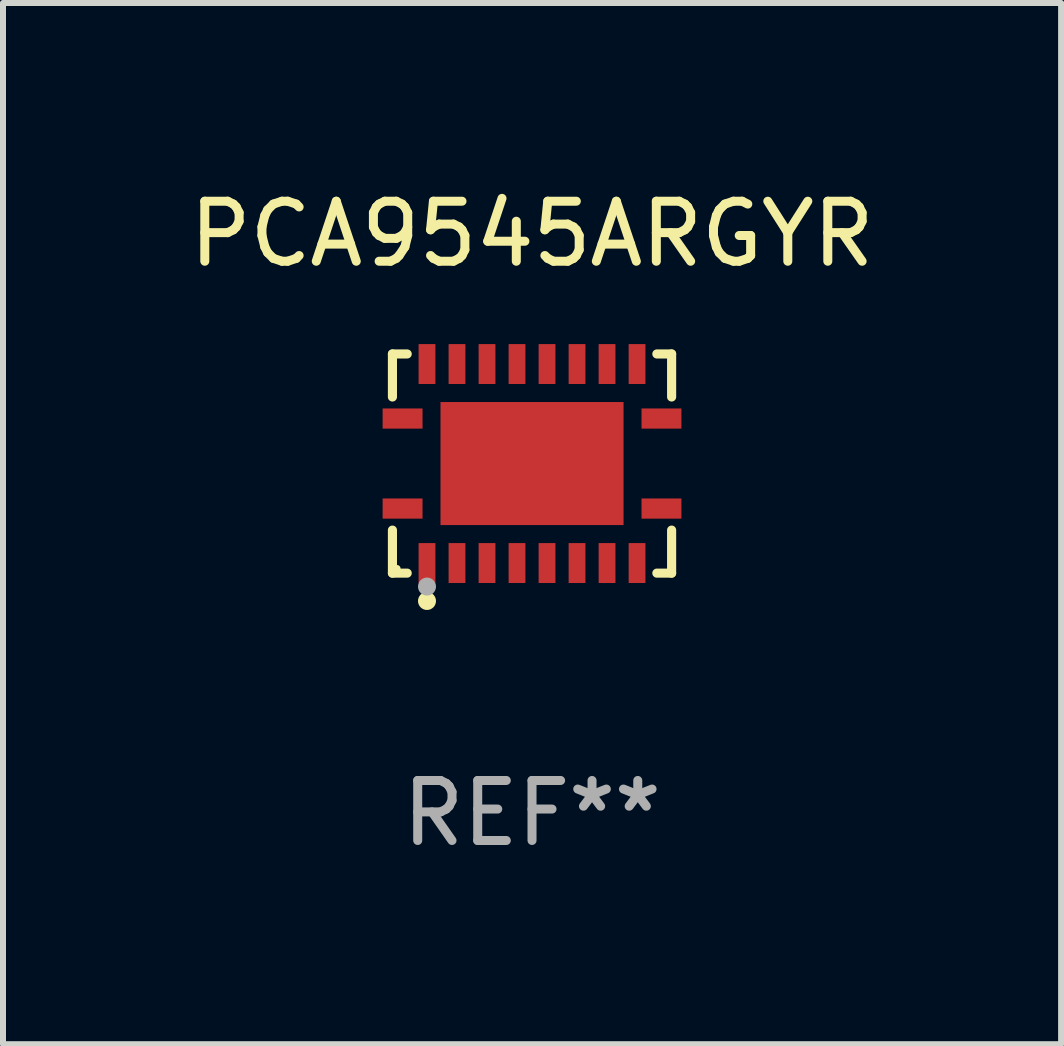
<source format=kicad_pcb>
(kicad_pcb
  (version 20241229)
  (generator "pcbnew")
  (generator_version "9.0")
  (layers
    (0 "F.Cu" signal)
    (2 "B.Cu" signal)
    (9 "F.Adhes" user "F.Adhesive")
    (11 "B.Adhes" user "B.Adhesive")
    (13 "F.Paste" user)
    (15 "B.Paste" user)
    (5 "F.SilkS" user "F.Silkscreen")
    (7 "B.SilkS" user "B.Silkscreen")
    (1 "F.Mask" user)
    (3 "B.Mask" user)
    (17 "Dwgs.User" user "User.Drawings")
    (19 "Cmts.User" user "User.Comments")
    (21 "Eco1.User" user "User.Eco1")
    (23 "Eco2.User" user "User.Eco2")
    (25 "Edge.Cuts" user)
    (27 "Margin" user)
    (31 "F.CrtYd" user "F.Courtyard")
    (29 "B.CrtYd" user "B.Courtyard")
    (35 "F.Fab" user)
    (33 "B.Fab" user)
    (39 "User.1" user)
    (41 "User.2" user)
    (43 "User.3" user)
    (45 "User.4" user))
  (footprint "PCA9545ARGYR"
    (layer "F.Cu")
    (at 5.815 4.674)
    (property "Reference" "PCA9545ARGYR" (at 0 -3.826 0) (layer "F.SilkS") (effects (font (size 1 1) (thickness 0.15))))
    (attr through_hole)
    (fp_line (start -2.326 -1.826) (end -2.08 -1.826) (stroke (width 0.152) (type solid)) (layer "F.SilkS"))
    (fp_line (start -2.326 -1.109) (end -2.326 -1.826) (stroke (width 0.152) (type solid)) (layer "F.SilkS"))
    (fp_line (start -2.326 1.109) (end -2.326 1.826) (stroke (width 0.152) (type solid)) (layer "F.SilkS"))
    (fp_line (start -2.326 1.826) (end -2.08 1.826) (stroke (width 0.152) (type solid)) (layer "F.SilkS"))
    (fp_line (start 2.326 -1.826) (end 2.08 -1.826) (stroke (width 0.152) (type solid)) (layer "F.SilkS"))
    (fp_line (start 2.326 -1.109) (end 2.326 -1.826) (stroke (width 0.152) (type solid)) (layer "F.SilkS"))
    (fp_line (start 2.326 1.109) (end 2.326 1.826) (stroke (width 0.152) (type solid)) (layer "F.SilkS"))
    (fp_line (start 2.326 1.826) (end 2.08 1.826) (stroke (width 0.152) (type solid)) (layer "F.SilkS"))
    (fp_circle (center -2.25 1.75) (end -2.22 1.75) (stroke (width 0.06) (type solid)) (fill no) (layer "F.SilkS"))
    (fp_circle (center -1.75 2.29) (end -1.675 2.29) (stroke (width 0.15) (type solid)) (fill no) (layer "F.SilkS"))
    (fp_circle (center -1.75 2.05) (end -1.675 2.05) (stroke (width 0.15) (type solid)) (fill no) (layer "F.Fab"))
    (fp_text user "REF**" (at 0 5.826 0) (layer "F.Fab") (effects (font (size 1 1) (thickness 0.15))))
    (pad "1" smd rect (at -1.75 1.658) (size 0.28 0.665) (layers "F.Cu" "F.Mask" "F.Paste"))
    (pad "2" smd rect (at -1.25 1.658) (size 0.28 0.665) (layers "F.Cu" "F.Mask" "F.Paste"))
    (pad "3" smd rect (at -0.75 1.658) (size 0.28 0.665) (layers "F.Cu" "F.Mask" "F.Paste"))
    (pad "4" smd rect (at -0.25 1.658) (size 0.28 0.665) (layers "F.Cu" "F.Mask" "F.Paste"))
    (pad "5" smd rect (at 0.25 1.658) (size 0.28 0.665) (layers "F.Cu" "F.Mask" "F.Paste"))
    (pad "6" smd rect (at 0.75 1.658) (size 0.28 0.665) (layers "F.Cu" "F.Mask" "F.Paste"))
    (pad "7" smd rect (at 1.25 1.658) (size 0.28 0.665) (layers "F.Cu" "F.Mask" "F.Paste"))
    (pad "8" smd rect (at 1.75 1.658) (size 0.28 0.665) (layers "F.Cu" "F.Mask" "F.Paste"))
    (pad "9" smd rect (at 2.157 0.75) (size 0.665 0.336) (layers "F.Cu" "F.Mask" "F.Paste"))
    (pad "10" smd rect (at 2.157 -0.75) (size 0.665 0.336) (layers "F.Cu" "F.Mask" "F.Paste"))
    (pad "11" smd rect (at 1.75 -1.658) (size 0.28 0.665) (layers "F.Cu" "F.Mask" "F.Paste"))
    (pad "12" smd rect (at 1.25 -1.658) (size 0.28 0.665) (layers "F.Cu" "F.Mask" "F.Paste"))
    (pad "13" smd rect (at 0.75 -1.658) (size 0.28 0.665) (layers "F.Cu" "F.Mask" "F.Paste"))
    (pad "14" smd rect (at 0.25 -1.658) (size 0.28 0.665) (layers "F.Cu" "F.Mask" "F.Paste"))
    (pad "15" smd rect (at -0.25 -1.658) (size 0.28 0.665) (layers "F.Cu" "F.Mask" "F.Paste"))
    (pad "16" smd rect (at -0.75 -1.658) (size 0.28 0.665) (layers "F.Cu" "F.Mask" "F.Paste"))
    (pad "17" smd rect (at -1.25 -1.658) (size 0.28 0.665) (layers "F.Cu" "F.Mask" "F.Paste"))
    (pad "18" smd rect (at -1.75 -1.658) (size 0.28 0.665) (layers "F.Cu" "F.Mask" "F.Paste"))
    (pad "19" smd rect (at -2.157 -0.75) (size 0.665 0.336) (layers "F.Cu" "F.Mask" "F.Paste"))
    (pad "20" smd rect (at -2.157 0.75) (size 0.665 0.336) (layers "F.Cu" "F.Mask" "F.Paste"))
    (pad "21" smd rect (at 0 0) (size 3.05 2.05) (layers "F.Cu" "F.Mask" "F.Paste")))
  (gr_rect
    (start -3 -3)
    (end 14.631 14.349)
    (stroke (width 0.1) (type default))
    (fill no)
    (layer "Edge.Cuts")))
</source>
